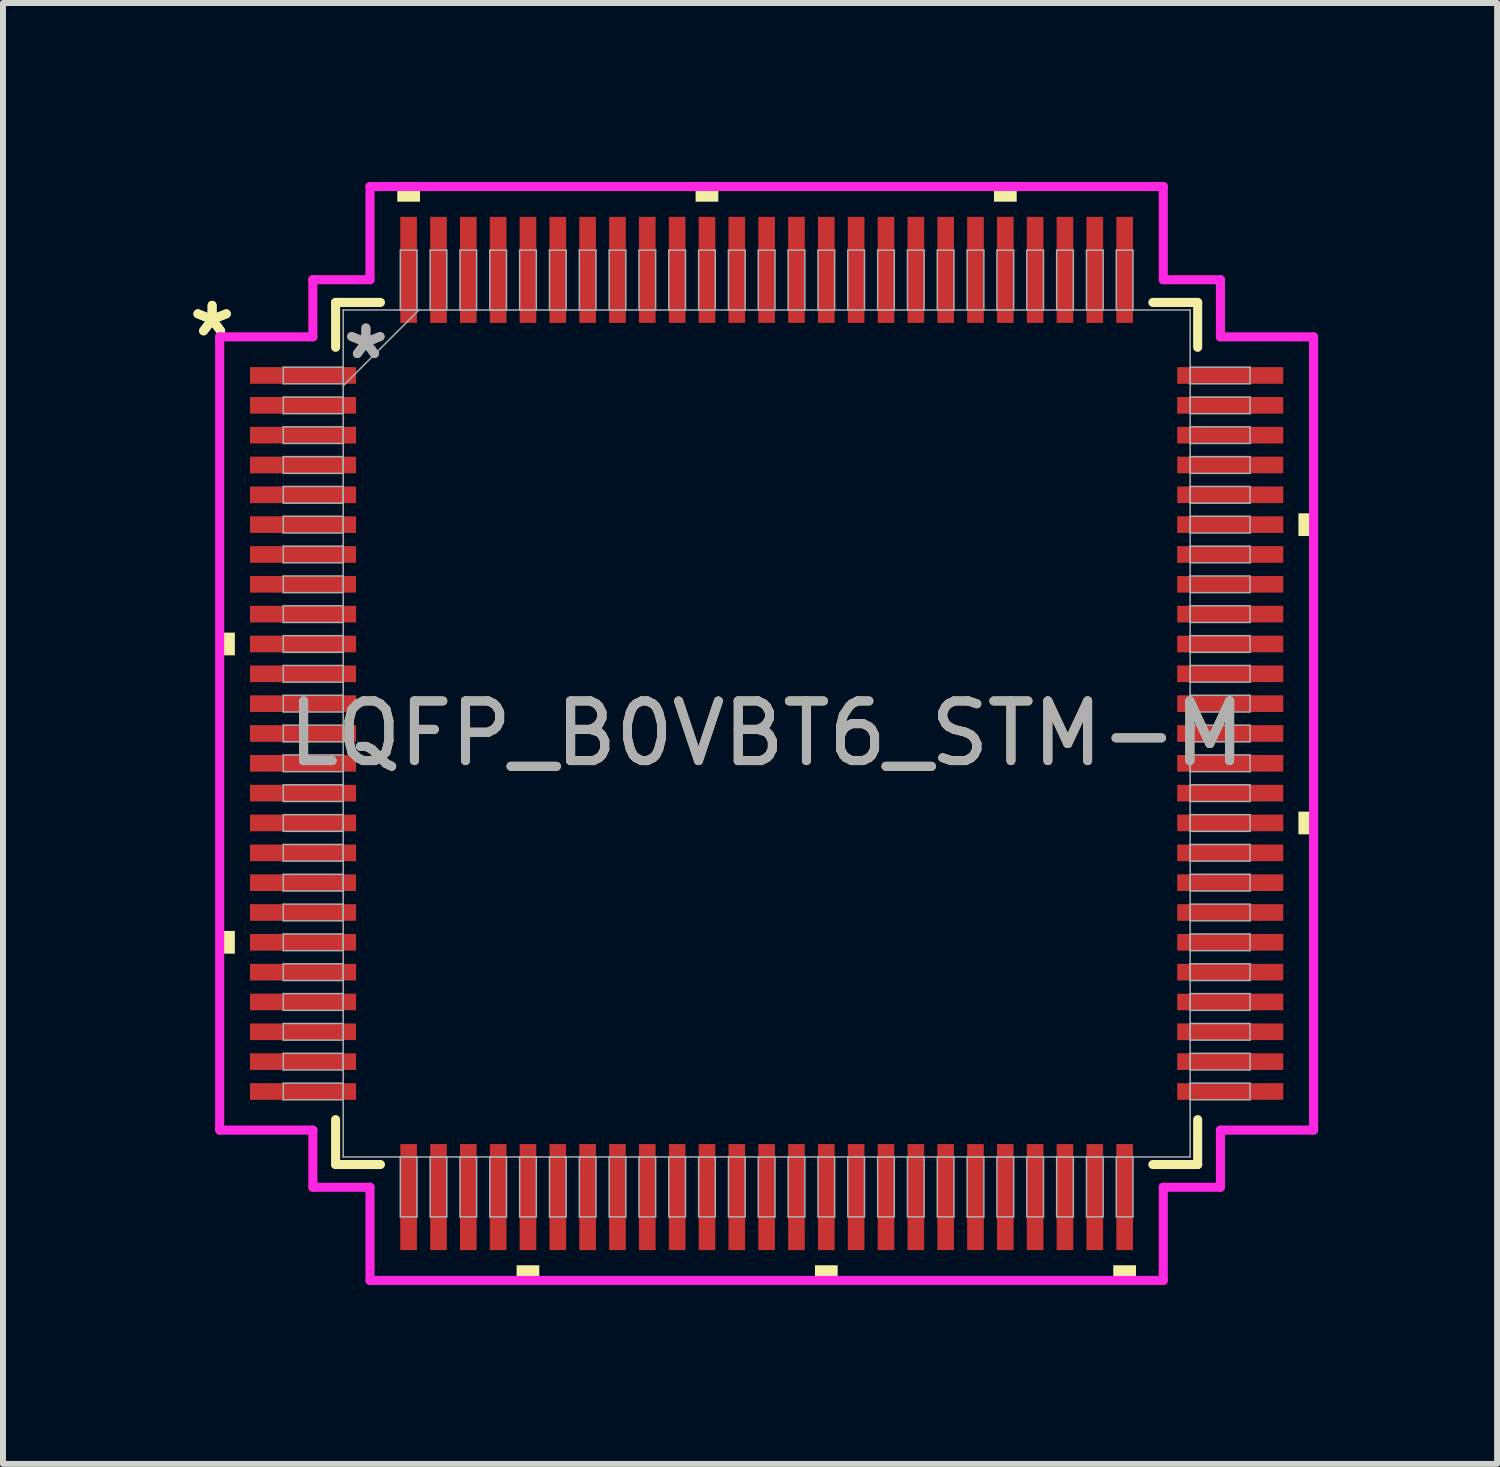
<source format=kicad_pcb>
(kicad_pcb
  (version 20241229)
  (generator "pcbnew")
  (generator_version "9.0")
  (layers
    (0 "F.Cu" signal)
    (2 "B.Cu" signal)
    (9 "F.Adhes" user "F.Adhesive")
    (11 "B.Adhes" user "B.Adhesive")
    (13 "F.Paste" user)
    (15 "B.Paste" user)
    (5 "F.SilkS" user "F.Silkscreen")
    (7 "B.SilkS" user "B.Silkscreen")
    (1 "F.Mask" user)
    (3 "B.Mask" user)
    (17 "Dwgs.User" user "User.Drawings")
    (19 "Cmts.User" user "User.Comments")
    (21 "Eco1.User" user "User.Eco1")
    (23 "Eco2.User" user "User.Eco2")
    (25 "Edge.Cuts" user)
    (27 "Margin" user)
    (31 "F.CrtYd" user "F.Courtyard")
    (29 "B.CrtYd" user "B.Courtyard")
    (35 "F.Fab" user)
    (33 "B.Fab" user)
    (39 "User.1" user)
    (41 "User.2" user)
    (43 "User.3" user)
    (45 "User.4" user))
  (footprint "LQFP_B0VBT6_STM-M"
    (layer "F.Cu")
    (at 9.802 9.246)
    (property "Reference" "LQFP_B0VBT6_STM-M" (at 0 0 0) (unlocked yes) (layer "F.SilkS") (effects (font (size 1 1) (thickness 0.15))))
    (attr smd)
    (fp_line (start -7.226 -7.226) (end -7.226 -6.474) (stroke (width 0.152) (type solid)) (layer "F.SilkS"))
    (fp_line (start -7.226 6.474) (end -7.226 7.226) (stroke (width 0.152) (type solid)) (layer "F.SilkS"))
    (fp_line (start -7.226 7.226) (end -6.474 7.226) (stroke (width 0.152) (type solid)) (layer "F.SilkS"))
    (fp_line (start -6.474 -7.226) (end -7.226 -7.226) (stroke (width 0.152) (type solid)) (layer "F.SilkS"))
    (fp_line (start 6.474 7.226) (end 7.226 7.226) (stroke (width 0.152) (type solid)) (layer "F.SilkS"))
    (fp_line (start 7.226 -7.226) (end 6.474 -7.226) (stroke (width 0.152) (type solid)) (layer "F.SilkS"))
    (fp_line (start 7.226 -6.474) (end 7.226 -7.226) (stroke (width 0.152) (type solid)) (layer "F.SilkS"))
    (fp_line (start 7.226 7.226) (end 7.226 6.474) (stroke (width 0.152) (type solid)) (layer "F.SilkS"))
    (fp_poly (pts (xy -9.169 -1.691) (xy -9.169 -1.31) (xy -8.915 -1.31) (xy -8.915 -1.691)) (stroke (width 0) (type solid)) (fill yes) (layer "F.SilkS"))
    (fp_poly (pts (xy -9.169 3.31) (xy -9.169 3.691) (xy -8.915 3.691) (xy -8.915 3.31)) (stroke (width 0) (type solid)) (fill yes) (layer "F.SilkS"))
    (fp_poly (pts (xy -6.192 -8.915) (xy -6.192 -9.169) (xy -5.811 -9.169) (xy -5.811 -8.915)) (stroke (width 0) (type solid)) (fill yes) (layer "F.SilkS"))
    (fp_poly (pts (xy -4.192 8.915) (xy -4.192 9.169) (xy -3.811 9.169) (xy -3.811 8.915)) (stroke (width 0) (type solid)) (fill yes) (layer "F.SilkS"))
    (fp_poly (pts (xy -1.191 -8.915) (xy -1.191 -9.169) (xy -0.81 -9.169) (xy -0.81 -8.915)) (stroke (width 0) (type solid)) (fill yes) (layer "F.SilkS"))
    (fp_poly (pts (xy 0.81 8.915) (xy 0.81 9.169) (xy 1.191 9.169) (xy 1.191 8.915)) (stroke (width 0) (type solid)) (fill yes) (layer "F.SilkS"))
    (fp_poly (pts (xy 3.811 -8.915) (xy 3.811 -9.169) (xy 4.192 -9.169) (xy 4.192 -8.915)) (stroke (width 0) (type solid)) (fill yes) (layer "F.SilkS"))
    (fp_poly (pts (xy 5.811 8.915) (xy 5.811 9.169) (xy 6.192 9.169) (xy 6.192 8.915)) (stroke (width 0) (type solid)) (fill yes) (layer "F.SilkS"))
    (fp_poly (pts (xy 9.169 -3.691) (xy 9.169 -3.31) (xy 8.915 -3.31) (xy 8.915 -3.691)) (stroke (width 0) (type solid)) (fill yes) (layer "F.SilkS"))
    (fp_poly (pts (xy 9.169 1.31) (xy 9.169 1.691) (xy 8.915 1.691) (xy 8.915 1.31)) (stroke (width 0) (type solid)) (fill yes) (layer "F.SilkS"))
    (fp_line (start -9.169 -6.649) (end -7.607 -6.649) (stroke (width 0.152) (type solid)) (layer "F.CrtYd"))
    (fp_line (start -9.169 6.649) (end -9.169 -6.649) (stroke (width 0.152) (type solid)) (layer "F.CrtYd"))
    (fp_line (start -7.607 -7.607) (end -6.649 -7.607) (stroke (width 0.152) (type solid)) (layer "F.CrtYd"))
    (fp_line (start -7.607 -6.649) (end -7.607 -7.607) (stroke (width 0.152) (type solid)) (layer "F.CrtYd"))
    (fp_line (start -7.607 6.649) (end -9.169 6.649) (stroke (width 0.152) (type solid)) (layer "F.CrtYd"))
    (fp_line (start -7.607 7.607) (end -7.607 6.649) (stroke (width 0.152) (type solid)) (layer "F.CrtYd"))
    (fp_line (start -7.607 7.607) (end -6.649 7.607) (stroke (width 0.152) (type solid)) (layer "F.CrtYd"))
    (fp_line (start -6.649 -9.169) (end 6.649 -9.169) (stroke (width 0.152) (type solid)) (layer "F.CrtYd"))
    (fp_line (start -6.649 -7.607) (end -6.649 -9.169) (stroke (width 0.152) (type solid)) (layer "F.CrtYd"))
    (fp_line (start -6.649 7.607) (end -6.649 9.169) (stroke (width 0.152) (type solid)) (layer "F.CrtYd"))
    (fp_line (start -6.649 9.169) (end 6.649 9.169) (stroke (width 0.152) (type solid)) (layer "F.CrtYd"))
    (fp_line (start 6.649 -9.169) (end 6.649 -7.607) (stroke (width 0.152) (type solid)) (layer "F.CrtYd"))
    (fp_line (start 6.649 -7.607) (end 7.607 -7.607) (stroke (width 0.152) (type solid)) (layer "F.CrtYd"))
    (fp_line (start 6.649 7.607) (end 7.607 7.607) (stroke (width 0.152) (type solid)) (layer "F.CrtYd"))
    (fp_line (start 6.649 9.169) (end 6.649 7.607) (stroke (width 0.152) (type solid)) (layer "F.CrtYd"))
    (fp_line (start 7.607 -6.649) (end 7.607 -7.607) (stroke (width 0.152) (type solid)) (layer "F.CrtYd"))
    (fp_line (start 7.607 6.649) (end 9.169 6.649) (stroke (width 0.152) (type solid)) (layer "F.CrtYd"))
    (fp_line (start 7.607 7.607) (end 7.607 6.649) (stroke (width 0.152) (type solid)) (layer "F.CrtYd"))
    (fp_line (start 9.169 -6.649) (end 7.607 -6.649) (stroke (width 0.152) (type solid)) (layer "F.CrtYd"))
    (fp_line (start 9.169 6.649) (end 9.169 -6.649) (stroke (width 0.152) (type solid)) (layer "F.CrtYd"))
    (fp_line (start -8.103 -6.141) (end -8.103 -5.862) (stroke (width 0.025) (type solid)) (layer "F.Fab"))
    (fp_line (start -8.103 -5.862) (end -7.099 -5.862) (stroke (width 0.025) (type solid)) (layer "F.Fab"))
    (fp_line (start -8.103 -5.641) (end -8.103 -5.362) (stroke (width 0.025) (type solid)) (layer "F.Fab"))
    (fp_line (start -8.103 -5.362) (end -7.099 -5.362) (stroke (width 0.025) (type solid)) (layer "F.Fab"))
    (fp_line (start -8.103 -5.141) (end -8.103 -4.862) (stroke (width 0.025) (type solid)) (layer "F.Fab"))
    (fp_line (start -8.103 -4.862) (end -7.099 -4.862) (stroke (width 0.025) (type solid)) (layer "F.Fab"))
    (fp_line (start -8.103 -4.641) (end -8.103 -4.361) (stroke (width 0.025) (type solid)) (layer "F.Fab"))
    (fp_line (start -8.103 -4.361) (end -7.099 -4.361) (stroke (width 0.025) (type solid)) (layer "F.Fab"))
    (fp_line (start -8.103 -4.141) (end -8.103 -3.861) (stroke (width 0.025) (type solid)) (layer "F.Fab"))
    (fp_line (start -8.103 -3.861) (end -7.099 -3.861) (stroke (width 0.025) (type solid)) (layer "F.Fab"))
    (fp_line (start -8.103 -3.641) (end -8.103 -3.361) (stroke (width 0.025) (type solid)) (layer "F.Fab"))
    (fp_line (start -8.103 -3.361) (end -7.099 -3.361) (stroke (width 0.025) (type solid)) (layer "F.Fab"))
    (fp_line (start -8.103 -3.14) (end -8.103 -2.861) (stroke (width 0.025) (type solid)) (layer "F.Fab"))
    (fp_line (start -8.103 -2.861) (end -7.099 -2.861) (stroke (width 0.025) (type solid)) (layer "F.Fab"))
    (fp_line (start -8.103 -2.64) (end -8.103 -2.361) (stroke (width 0.025) (type solid)) (layer "F.Fab"))
    (fp_line (start -8.103 -2.361) (end -7.099 -2.361) (stroke (width 0.025) (type solid)) (layer "F.Fab"))
    (fp_line (start -8.103 -2.14) (end -8.103 -1.861) (stroke (width 0.025) (type solid)) (layer "F.Fab"))
    (fp_line (start -8.103 -1.861) (end -7.099 -1.861) (stroke (width 0.025) (type solid)) (layer "F.Fab"))
    (fp_line (start -8.103 -1.64) (end -8.103 -1.361) (stroke (width 0.025) (type solid)) (layer "F.Fab"))
    (fp_line (start -8.103 -1.361) (end -7.099 -1.361) (stroke (width 0.025) (type solid)) (layer "F.Fab"))
    (fp_line (start -8.103 -1.14) (end -8.103 -0.861) (stroke (width 0.025) (type solid)) (layer "F.Fab"))
    (fp_line (start -8.103 -0.861) (end -7.099 -0.861) (stroke (width 0.025) (type solid)) (layer "F.Fab"))
    (fp_line (start -8.103 -0.64) (end -8.103 -0.36) (stroke (width 0.025) (type solid)) (layer "F.Fab"))
    (fp_line (start -8.103 -0.36) (end -7.099 -0.36) (stroke (width 0.025) (type solid)) (layer "F.Fab"))
    (fp_line (start -8.103 -0.14) (end -8.103 0.14) (stroke (width 0.025) (type solid)) (layer "F.Fab"))
    (fp_line (start -8.103 0.14) (end -7.099 0.14) (stroke (width 0.025) (type solid)) (layer "F.Fab"))
    (fp_line (start -8.103 0.36) (end -8.103 0.64) (stroke (width 0.025) (type solid)) (layer "F.Fab"))
    (fp_line (start -8.103 0.64) (end -7.099 0.64) (stroke (width 0.025) (type solid)) (layer "F.Fab"))
    (fp_line (start -8.103 0.861) (end -8.103 1.14) (stroke (width 0.025) (type solid)) (layer "F.Fab"))
    (fp_line (start -8.103 1.14) (end -7.099 1.14) (stroke (width 0.025) (type solid)) (layer "F.Fab"))
    (fp_line (start -8.103 1.361) (end -8.103 1.64) (stroke (width 0.025) (type solid)) (layer "F.Fab"))
    (fp_line (start -8.103 1.64) (end -7.099 1.64) (stroke (width 0.025) (type solid)) (layer "F.Fab"))
    (fp_line (start -8.103 1.861) (end -8.103 2.14) (stroke (width 0.025) (type solid)) (layer "F.Fab"))
    (fp_line (start -8.103 2.14) (end -7.099 2.14) (stroke (width 0.025) (type solid)) (layer "F.Fab"))
    (fp_line (start -8.103 2.361) (end -8.103 2.64) (stroke (width 0.025) (type solid)) (layer "F.Fab"))
    (fp_line (start -8.103 2.64) (end -7.099 2.64) (stroke (width 0.025) (type solid)) (layer "F.Fab"))
    (fp_line (start -8.103 2.861) (end -8.103 3.14) (stroke (width 0.025) (type solid)) (layer "F.Fab"))
    (fp_line (start -8.103 3.14) (end -7.099 3.14) (stroke (width 0.025) (type solid)) (layer "F.Fab"))
    (fp_line (start -8.103 3.361) (end -8.103 3.641) (stroke (width 0.025) (type solid)) (layer "F.Fab"))
    (fp_line (start -8.103 3.641) (end -7.099 3.641) (stroke (width 0.025) (type solid)) (layer "F.Fab"))
    (fp_line (start -8.103 3.861) (end -8.103 4.141) (stroke (width 0.025) (type solid)) (layer "F.Fab"))
    (fp_line (start -8.103 4.141) (end -7.099 4.141) (stroke (width 0.025) (type solid)) (layer "F.Fab"))
    (fp_line (start -8.103 4.361) (end -8.103 4.641) (stroke (width 0.025) (type solid)) (layer "F.Fab"))
    (fp_line (start -8.103 4.641) (end -7.099 4.641) (stroke (width 0.025) (type solid)) (layer "F.Fab"))
    (fp_line (start -8.103 4.862) (end -8.103 5.141) (stroke (width 0.025) (type solid)) (layer "F.Fab"))
    (fp_line (start -8.103 5.141) (end -7.099 5.141) (stroke (width 0.025) (type solid)) (layer "F.Fab"))
    (fp_line (start -8.103 5.362) (end -8.103 5.641) (stroke (width 0.025) (type solid)) (layer "F.Fab"))
    (fp_line (start -8.103 5.641) (end -7.099 5.641) (stroke (width 0.025) (type solid)) (layer "F.Fab"))
    (fp_line (start -8.103 5.862) (end -8.103 6.141) (stroke (width 0.025) (type solid)) (layer "F.Fab"))
    (fp_line (start -8.103 6.141) (end -7.099 6.141) (stroke (width 0.025) (type solid)) (layer "F.Fab"))
    (fp_line (start -7.099 -7.099) (end -7.099 7.099) (stroke (width 0.025) (type solid)) (layer "F.Fab"))
    (fp_line (start -7.099 -6.141) (end -8.103 -6.141) (stroke (width 0.025) (type solid)) (layer "F.Fab"))
    (fp_line (start -7.099 -5.862) (end -7.099 -6.141) (stroke (width 0.025) (type solid)) (layer "F.Fab"))
    (fp_line (start -7.099 -5.829) (end -5.829 -7.099) (stroke (width 0.025) (type solid)) (layer "F.Fab"))
    (fp_line (start -7.099 -5.641) (end -8.103 -5.641) (stroke (width 0.025) (type solid)) (layer "F.Fab"))
    (fp_line (start -7.099 -5.362) (end -7.099 -5.641) (stroke (width 0.025) (type solid)) (layer "F.Fab"))
    (fp_line (start -7.099 -5.141) (end -8.103 -5.141) (stroke (width 0.025) (type solid)) (layer "F.Fab"))
    (fp_line (start -7.099 -4.862) (end -7.099 -5.141) (stroke (width 0.025) (type solid)) (layer "F.Fab"))
    (fp_line (start -7.099 -4.641) (end -8.103 -4.641) (stroke (width 0.025) (type solid)) (layer "F.Fab"))
    (fp_line (start -7.099 -4.361) (end -7.099 -4.641) (stroke (width 0.025) (type solid)) (layer "F.Fab"))
    (fp_line (start -7.099 -4.141) (end -8.103 -4.141) (stroke (width 0.025) (type solid)) (layer "F.Fab"))
    (fp_line (start -7.099 -3.861) (end -7.099 -4.141) (stroke (width 0.025) (type solid)) (layer "F.Fab"))
    (fp_line (start -7.099 -3.641) (end -8.103 -3.641) (stroke (width 0.025) (type solid)) (layer "F.Fab"))
    (fp_line (start -7.099 -3.361) (end -7.099 -3.641) (stroke (width 0.025) (type solid)) (layer "F.Fab"))
    (fp_line (start -7.099 -3.14) (end -8.103 -3.14) (stroke (width 0.025) (type solid)) (layer "F.Fab"))
    (fp_line (start -7.099 -2.861) (end -7.099 -3.14) (stroke (width 0.025) (type solid)) (layer "F.Fab"))
    (fp_line (start -7.099 -2.64) (end -8.103 -2.64) (stroke (width 0.025) (type solid)) (layer "F.Fab"))
    (fp_line (start -7.099 -2.361) (end -7.099 -2.64) (stroke (width 0.025) (type solid)) (layer "F.Fab"))
    (fp_line (start -7.099 -2.14) (end -8.103 -2.14) (stroke (width 0.025) (type solid)) (layer "F.Fab"))
    (fp_line (start -7.099 -1.861) (end -7.099 -2.14) (stroke (width 0.025) (type solid)) (layer "F.Fab"))
    (fp_line (start -7.099 -1.64) (end -8.103 -1.64) (stroke (width 0.025) (type solid)) (layer "F.Fab"))
    (fp_line (start -7.099 -1.361) (end -7.099 -1.64) (stroke (width 0.025) (type solid)) (layer "F.Fab"))
    (fp_line (start -7.099 -1.14) (end -8.103 -1.14) (stroke (width 0.025) (type solid)) (layer "F.Fab"))
    (fp_line (start -7.099 -0.861) (end -7.099 -1.14) (stroke (width 0.025) (type solid)) (layer "F.Fab"))
    (fp_line (start -7.099 -0.64) (end -8.103 -0.64) (stroke (width 0.025) (type solid)) (layer "F.Fab"))
    (fp_line (start -7.099 -0.36) (end -7.099 -0.64) (stroke (width 0.025) (type solid)) (layer "F.Fab"))
    (fp_line (start -7.099 -0.14) (end -8.103 -0.14) (stroke (width 0.025) (type solid)) (layer "F.Fab"))
    (fp_line (start -7.099 0.14) (end -7.099 -0.14) (stroke (width 0.025) (type solid)) (layer "F.Fab"))
    (fp_line (start -7.099 0.36) (end -8.103 0.36) (stroke (width 0.025) (type solid)) (layer "F.Fab"))
    (fp_line (start -7.099 0.64) (end -7.099 0.36) (stroke (width 0.025) (type solid)) (layer "F.Fab"))
    (fp_line (start -7.099 0.861) (end -8.103 0.861) (stroke (width 0.025) (type solid)) (layer "F.Fab"))
    (fp_line (start -7.099 1.14) (end -7.099 0.861) (stroke (width 0.025) (type solid)) (layer "F.Fab"))
    (fp_line (start -7.099 1.361) (end -8.103 1.361) (stroke (width 0.025) (type solid)) (layer "F.Fab"))
    (fp_line (start -7.099 1.64) (end -7.099 1.361) (stroke (width 0.025) (type solid)) (layer "F.Fab"))
    (fp_line (start -7.099 1.861) (end -8.103 1.861) (stroke (width 0.025) (type solid)) (layer "F.Fab"))
    (fp_line (start -7.099 2.14) (end -7.099 1.861) (stroke (width 0.025) (type solid)) (layer "F.Fab"))
    (fp_line (start -7.099 2.361) (end -8.103 2.361) (stroke (width 0.025) (type solid)) (layer "F.Fab"))
    (fp_line (start -7.099 2.64) (end -7.099 2.361) (stroke (width 0.025) (type solid)) (layer "F.Fab"))
    (fp_line (start -7.099 2.861) (end -8.103 2.861) (stroke (width 0.025) (type solid)) (layer "F.Fab"))
    (fp_line (start -7.099 3.14) (end -7.099 2.861) (stroke (width 0.025) (type solid)) (layer "F.Fab"))
    (fp_line (start -7.099 3.361) (end -8.103 3.361) (stroke (width 0.025) (type solid)) (layer "F.Fab"))
    (fp_line (start -7.099 3.641) (end -7.099 3.361) (stroke (width 0.025) (type solid)) (layer "F.Fab"))
    (fp_line (start -7.099 3.861) (end -8.103 3.861) (stroke (width 0.025) (type solid)) (layer "F.Fab"))
    (fp_line (start -7.099 4.141) (end -7.099 3.861) (stroke (width 0.025) (type solid)) (layer "F.Fab"))
    (fp_line (start -7.099 4.361) (end -8.103 4.361) (stroke (width 0.025) (type solid)) (layer "F.Fab"))
    (fp_line (start -7.099 4.641) (end -7.099 4.361) (stroke (width 0.025) (type solid)) (layer "F.Fab"))
    (fp_line (start -7.099 4.862) (end -8.103 4.862) (stroke (width 0.025) (type solid)) (layer "F.Fab"))
    (fp_line (start -7.099 5.141) (end -7.099 4.862) (stroke (width 0.025) (type solid)) (layer "F.Fab"))
    (fp_line (start -7.099 5.362) (end -8.103 5.362) (stroke (width 0.025) (type solid)) (layer "F.Fab"))
    (fp_line (start -7.099 5.641) (end -7.099 5.362) (stroke (width 0.025) (type solid)) (layer "F.Fab"))
    (fp_line (start -7.099 5.862) (end -8.103 5.862) (stroke (width 0.025) (type solid)) (layer "F.Fab"))
    (fp_line (start -7.099 6.141) (end -7.099 5.862) (stroke (width 0.025) (type solid)) (layer "F.Fab"))
    (fp_line (start -7.099 7.099) (end 7.099 7.099) (stroke (width 0.025) (type solid)) (layer "F.Fab"))
    (fp_line (start -6.141 -8.103) (end -6.141 -7.099) (stroke (width 0.025) (type solid)) (layer "F.Fab"))
    (fp_line (start -6.141 -7.099) (end -5.862 -7.099) (stroke (width 0.025) (type solid)) (layer "F.Fab"))
    (fp_line (start -6.141 7.099) (end -6.141 8.103) (stroke (width 0.025) (type solid)) (layer "F.Fab"))
    (fp_line (start -6.141 8.103) (end -5.862 8.103) (stroke (width 0.025) (type solid)) (layer "F.Fab"))
    (fp_line (start -5.862 -8.103) (end -6.141 -8.103) (stroke (width 0.025) (type solid)) (layer "F.Fab"))
    (fp_line (start -5.862 -7.099) (end -5.862 -8.103) (stroke (width 0.025) (type solid)) (layer "F.Fab"))
    (fp_line (start -5.862 7.099) (end -6.141 7.099) (stroke (width 0.025) (type solid)) (layer "F.Fab"))
    (fp_line (start -5.862 8.103) (end -5.862 7.099) (stroke (width 0.025) (type solid)) (layer "F.Fab"))
    (fp_line (start -5.641 -8.103) (end -5.641 -7.099) (stroke (width 0.025) (type solid)) (layer "F.Fab"))
    (fp_line (start -5.641 -7.099) (end -5.362 -7.099) (stroke (width 0.025) (type solid)) (layer "F.Fab"))
    (fp_line (start -5.641 7.099) (end -5.641 8.103) (stroke (width 0.025) (type solid)) (layer "F.Fab"))
    (fp_line (start -5.641 8.103) (end -5.362 8.103) (stroke (width 0.025) (type solid)) (layer "F.Fab"))
    (fp_line (start -5.362 -8.103) (end -5.641 -8.103) (stroke (width 0.025) (type solid)) (layer "F.Fab"))
    (fp_line (start -5.362 -7.099) (end -5.362 -8.103) (stroke (width 0.025) (type solid)) (layer "F.Fab"))
    (fp_line (start -5.362 7.099) (end -5.641 7.099) (stroke (width 0.025) (type solid)) (layer "F.Fab"))
    (fp_line (start -5.362 8.103) (end -5.362 7.099) (stroke (width 0.025) (type solid)) (layer "F.Fab"))
    (fp_line (start -5.141 -8.103) (end -5.141 -7.099) (stroke (width 0.025) (type solid)) (layer "F.Fab"))
    (fp_line (start -5.141 -7.099) (end -4.862 -7.099) (stroke (width 0.025) (type solid)) (layer "F.Fab"))
    (fp_line (start -5.141 7.099) (end -5.141 8.103) (stroke (width 0.025) (type solid)) (layer "F.Fab"))
    (fp_line (start -5.141 8.103) (end -4.862 8.103) (stroke (width 0.025) (type solid)) (layer "F.Fab"))
    (fp_line (start -4.862 -8.103) (end -5.141 -8.103) (stroke (width 0.025) (type solid)) (layer "F.Fab"))
    (fp_line (start -4.862 -7.099) (end -4.862 -8.103) (stroke (width 0.025) (type solid)) (layer "F.Fab"))
    (fp_line (start -4.862 7.099) (end -5.141 7.099) (stroke (width 0.025) (type solid)) (layer "F.Fab"))
    (fp_line (start -4.862 8.103) (end -4.862 7.099) (stroke (width 0.025) (type solid)) (layer "F.Fab"))
    (fp_line (start -4.641 -8.103) (end -4.641 -7.099) (stroke (width 0.025) (type solid)) (layer "F.Fab"))
    (fp_line (start -4.641 -7.099) (end -4.361 -7.099) (stroke (width 0.025) (type solid)) (layer "F.Fab"))
    (fp_line (start -4.641 7.099) (end -4.641 8.103) (stroke (width 0.025) (type solid)) (layer "F.Fab"))
    (fp_line (start -4.641 8.103) (end -4.361 8.103) (stroke (width 0.025) (type solid)) (layer "F.Fab"))
    (fp_line (start -4.361 -8.103) (end -4.641 -8.103) (stroke (width 0.025) (type solid)) (layer "F.Fab"))
    (fp_line (start -4.361 -7.099) (end -4.361 -8.103) (stroke (width 0.025) (type solid)) (layer "F.Fab"))
    (fp_line (start -4.361 7.099) (end -4.641 7.099) (stroke (width 0.025) (type solid)) (layer "F.Fab"))
    (fp_line (start -4.361 8.103) (end -4.361 7.099) (stroke (width 0.025) (type solid)) (layer "F.Fab"))
    (fp_line (start -4.141 -8.103) (end -4.141 -7.099) (stroke (width 0.025) (type solid)) (layer "F.Fab"))
    (fp_line (start -4.141 -7.099) (end -3.861 -7.099) (stroke (width 0.025) (type solid)) (layer "F.Fab"))
    (fp_line (start -4.141 7.099) (end -4.141 8.103) (stroke (width 0.025) (type solid)) (layer "F.Fab"))
    (fp_line (start -4.141 8.103) (end -3.861 8.103) (stroke (width 0.025) (type solid)) (layer "F.Fab"))
    (fp_line (start -3.861 -8.103) (end -4.141 -8.103) (stroke (width 0.025) (type solid)) (layer "F.Fab"))
    (fp_line (start -3.861 -7.099) (end -3.861 -8.103) (stroke (width 0.025) (type solid)) (layer "F.Fab"))
    (fp_line (start -3.861 7.099) (end -4.141 7.099) (stroke (width 0.025) (type solid)) (layer "F.Fab"))
    (fp_line (start -3.861 8.103) (end -3.861 7.099) (stroke (width 0.025) (type solid)) (layer "F.Fab"))
    (fp_line (start -3.641 -8.103) (end -3.641 -7.099) (stroke (width 0.025) (type solid)) (layer "F.Fab"))
    (fp_line (start -3.641 -7.099) (end -3.361 -7.099) (stroke (width 0.025) (type solid)) (layer "F.Fab"))
    (fp_line (start -3.641 7.099) (end -3.641 8.103) (stroke (width 0.025) (type solid)) (layer "F.Fab"))
    (fp_line (start -3.641 8.103) (end -3.361 8.103) (stroke (width 0.025) (type solid)) (layer "F.Fab"))
    (fp_line (start -3.361 -8.103) (end -3.641 -8.103) (stroke (width 0.025) (type solid)) (layer "F.Fab"))
    (fp_line (start -3.361 -7.099) (end -3.361 -8.103) (stroke (width 0.025) (type solid)) (layer "F.Fab"))
    (fp_line (start -3.361 7.099) (end -3.641 7.099) (stroke (width 0.025) (type solid)) (layer "F.Fab"))
    (fp_line (start -3.361 8.103) (end -3.361 7.099) (stroke (width 0.025) (type solid)) (layer "F.Fab"))
    (fp_line (start -3.14 -8.103) (end -3.14 -7.099) (stroke (width 0.025) (type solid)) (layer "F.Fab"))
    (fp_line (start -3.14 -7.099) (end -2.861 -7.099) (stroke (width 0.025) (type solid)) (layer "F.Fab"))
    (fp_line (start -3.14 7.099) (end -3.14 8.103) (stroke (width 0.025) (type solid)) (layer "F.Fab"))
    (fp_line (start -3.14 8.103) (end -2.861 8.103) (stroke (width 0.025) (type solid)) (layer "F.Fab"))
    (fp_line (start -2.861 -8.103) (end -3.14 -8.103) (stroke (width 0.025) (type solid)) (layer "F.Fab"))
    (fp_line (start -2.861 -7.099) (end -2.861 -8.103) (stroke (width 0.025) (type solid)) (layer "F.Fab"))
    (fp_line (start -2.861 7.099) (end -3.14 7.099) (stroke (width 0.025) (type solid)) (layer "F.Fab"))
    (fp_line (start -2.861 8.103) (end -2.861 7.099) (stroke (width 0.025) (type solid)) (layer "F.Fab"))
    (fp_line (start -2.64 -8.103) (end -2.64 -7.099) (stroke (width 0.025) (type solid)) (layer "F.Fab"))
    (fp_line (start -2.64 -7.099) (end -2.361 -7.099) (stroke (width 0.025) (type solid)) (layer "F.Fab"))
    (fp_line (start -2.64 7.099) (end -2.64 8.103) (stroke (width 0.025) (type solid)) (layer "F.Fab"))
    (fp_line (start -2.64 8.103) (end -2.361 8.103) (stroke (width 0.025) (type solid)) (layer "F.Fab"))
    (fp_line (start -2.361 -8.103) (end -2.64 -8.103) (stroke (width 0.025) (type solid)) (layer "F.Fab"))
    (fp_line (start -2.361 -7.099) (end -2.361 -8.103) (stroke (width 0.025) (type solid)) (layer "F.Fab"))
    (fp_line (start -2.361 7.099) (end -2.64 7.099) (stroke (width 0.025) (type solid)) (layer "F.Fab"))
    (fp_line (start -2.361 8.103) (end -2.361 7.099) (stroke (width 0.025) (type solid)) (layer "F.Fab"))
    (fp_line (start -2.14 -8.103) (end -2.14 -7.099) (stroke (width 0.025) (type solid)) (layer "F.Fab"))
    (fp_line (start -2.14 -7.099) (end -1.861 -7.099) (stroke (width 0.025) (type solid)) (layer "F.Fab"))
    (fp_line (start -2.14 7.099) (end -2.14 8.103) (stroke (width 0.025) (type solid)) (layer "F.Fab"))
    (fp_line (start -2.14 8.103) (end -1.861 8.103) (stroke (width 0.025) (type solid)) (layer "F.Fab"))
    (fp_line (start -1.861 -8.103) (end -2.14 -8.103) (stroke (width 0.025) (type solid)) (layer "F.Fab"))
    (fp_line (start -1.861 -7.099) (end -1.861 -8.103) (stroke (width 0.025) (type solid)) (layer "F.Fab"))
    (fp_line (start -1.861 7.099) (end -2.14 7.099) (stroke (width 0.025) (type solid)) (layer "F.Fab"))
    (fp_line (start -1.861 8.103) (end -1.861 7.099) (stroke (width 0.025) (type solid)) (layer "F.Fab"))
    (fp_line (start -1.64 -8.103) (end -1.64 -7.099) (stroke (width 0.025) (type solid)) (layer "F.Fab"))
    (fp_line (start -1.64 -7.099) (end -1.361 -7.099) (stroke (width 0.025) (type solid)) (layer "F.Fab"))
    (fp_line (start -1.64 7.099) (end -1.64 8.103) (stroke (width 0.025) (type solid)) (layer "F.Fab"))
    (fp_line (start -1.64 8.103) (end -1.361 8.103) (stroke (width 0.025) (type solid)) (layer "F.Fab"))
    (fp_line (start -1.361 -8.103) (end -1.64 -8.103) (stroke (width 0.025) (type solid)) (layer "F.Fab"))
    (fp_line (start -1.361 -7.099) (end -1.361 -8.103) (stroke (width 0.025) (type solid)) (layer "F.Fab"))
    (fp_line (start -1.361 7.099) (end -1.64 7.099) (stroke (width 0.025) (type solid)) (layer "F.Fab"))
    (fp_line (start -1.361 8.103) (end -1.361 7.099) (stroke (width 0.025) (type solid)) (layer "F.Fab"))
    (fp_line (start -1.14 -8.103) (end -1.14 -7.099) (stroke (width 0.025) (type solid)) (layer "F.Fab"))
    (fp_line (start -1.14 -7.099) (end -0.861 -7.099) (stroke (width 0.025) (type solid)) (layer "F.Fab"))
    (fp_line (start -1.14 7.099) (end -1.14 8.103) (stroke (width 0.025) (type solid)) (layer "F.Fab"))
    (fp_line (start -1.14 8.103) (end -0.861 8.103) (stroke (width 0.025) (type solid)) (layer "F.Fab"))
    (fp_line (start -0.861 -8.103) (end -1.14 -8.103) (stroke (width 0.025) (type solid)) (layer "F.Fab"))
    (fp_line (start -0.861 -7.099) (end -0.861 -8.103) (stroke (width 0.025) (type solid)) (layer "F.Fab"))
    (fp_line (start -0.861 7.099) (end -1.14 7.099) (stroke (width 0.025) (type solid)) (layer "F.Fab"))
    (fp_line (start -0.861 8.103) (end -0.861 7.099) (stroke (width 0.025) (type solid)) (layer "F.Fab"))
    (fp_line (start -0.64 -8.103) (end -0.64 -7.099) (stroke (width 0.025) (type solid)) (layer "F.Fab"))
    (fp_line (start -0.64 -7.099) (end -0.36 -7.099) (stroke (width 0.025) (type solid)) (layer "F.Fab"))
    (fp_line (start -0.64 7.099) (end -0.64 8.103) (stroke (width 0.025) (type solid)) (layer "F.Fab"))
    (fp_line (start -0.64 8.103) (end -0.36 8.103) (stroke (width 0.025) (type solid)) (layer "F.Fab"))
    (fp_line (start -0.36 -8.103) (end -0.64 -8.103) (stroke (width 0.025) (type solid)) (layer "F.Fab"))
    (fp_line (start -0.36 -7.099) (end -0.36 -8.103) (stroke (width 0.025) (type solid)) (layer "F.Fab"))
    (fp_line (start -0.36 7.099) (end -0.64 7.099) (stroke (width 0.025) (type solid)) (layer "F.Fab"))
    (fp_line (start -0.36 8.103) (end -0.36 7.099) (stroke (width 0.025) (type solid)) (layer "F.Fab"))
    (fp_line (start -0.14 -8.103) (end -0.14 -7.099) (stroke (width 0.025) (type solid)) (layer "F.Fab"))
    (fp_line (start -0.14 -7.099) (end 0.14 -7.099) (stroke (width 0.025) (type solid)) (layer "F.Fab"))
    (fp_line (start -0.14 7.099) (end -0.14 8.103) (stroke (width 0.025) (type solid)) (layer "F.Fab"))
    (fp_line (start -0.14 8.103) (end 0.14 8.103) (stroke (width 0.025) (type solid)) (layer "F.Fab"))
    (fp_line (start 0.14 -8.103) (end -0.14 -8.103) (stroke (width 0.025) (type solid)) (layer "F.Fab"))
    (fp_line (start 0.14 -7.099) (end 0.14 -8.103) (stroke (width 0.025) (type solid)) (layer "F.Fab"))
    (fp_line (start 0.14 7.099) (end -0.14 7.099) (stroke (width 0.025) (type solid)) (layer "F.Fab"))
    (fp_line (start 0.14 8.103) (end 0.14 7.099) (stroke (width 0.025) (type solid)) (layer "F.Fab"))
    (fp_line (start 0.36 -8.103) (end 0.36 -7.099) (stroke (width 0.025) (type solid)) (layer "F.Fab"))
    (fp_line (start 0.36 -7.099) (end 0.64 -7.099) (stroke (width 0.025) (type solid)) (layer "F.Fab"))
    (fp_line (start 0.36 7.099) (end 0.36 8.103) (stroke (width 0.025) (type solid)) (layer "F.Fab"))
    (fp_line (start 0.36 8.103) (end 0.64 8.103) (stroke (width 0.025) (type solid)) (layer "F.Fab"))
    (fp_line (start 0.64 -8.103) (end 0.36 -8.103) (stroke (width 0.025) (type solid)) (layer "F.Fab"))
    (fp_line (start 0.64 -7.099) (end 0.64 -8.103) (stroke (width 0.025) (type solid)) (layer "F.Fab"))
    (fp_line (start 0.64 7.099) (end 0.36 7.099) (stroke (width 0.025) (type solid)) (layer "F.Fab"))
    (fp_line (start 0.64 8.103) (end 0.64 7.099) (stroke (width 0.025) (type solid)) (layer "F.Fab"))
    (fp_line (start 0.861 -8.103) (end 0.861 -7.099) (stroke (width 0.025) (type solid)) (layer "F.Fab"))
    (fp_line (start 0.861 -7.099) (end 1.14 -7.099) (stroke (width 0.025) (type solid)) (layer "F.Fab"))
    (fp_line (start 0.861 7.099) (end 0.861 8.103) (stroke (width 0.025) (type solid)) (layer "F.Fab"))
    (fp_line (start 0.861 8.103) (end 1.14 8.103) (stroke (width 0.025) (type solid)) (layer "F.Fab"))
    (fp_line (start 1.14 -8.103) (end 0.861 -8.103) (stroke (width 0.025) (type solid)) (layer "F.Fab"))
    (fp_line (start 1.14 -7.099) (end 1.14 -8.103) (stroke (width 0.025) (type solid)) (layer "F.Fab"))
    (fp_line (start 1.14 7.099) (end 0.861 7.099) (stroke (width 0.025) (type solid)) (layer "F.Fab"))
    (fp_line (start 1.14 8.103) (end 1.14 7.099) (stroke (width 0.025) (type solid)) (layer "F.Fab"))
    (fp_line (start 1.361 -8.103) (end 1.361 -7.099) (stroke (width 0.025) (type solid)) (layer "F.Fab"))
    (fp_line (start 1.361 -7.099) (end 1.64 -7.099) (stroke (width 0.025) (type solid)) (layer "F.Fab"))
    (fp_line (start 1.361 7.099) (end 1.361 8.103) (stroke (width 0.025) (type solid)) (layer "F.Fab"))
    (fp_line (start 1.361 8.103) (end 1.64 8.103) (stroke (width 0.025) (type solid)) (layer "F.Fab"))
    (fp_line (start 1.64 -8.103) (end 1.361 -8.103) (stroke (width 0.025) (type solid)) (layer "F.Fab"))
    (fp_line (start 1.64 -7.099) (end 1.64 -8.103) (stroke (width 0.025) (type solid)) (layer "F.Fab"))
    (fp_line (start 1.64 7.099) (end 1.361 7.099) (stroke (width 0.025) (type solid)) (layer "F.Fab"))
    (fp_line (start 1.64 8.103) (end 1.64 7.099) (stroke (width 0.025) (type solid)) (layer "F.Fab"))
    (fp_line (start 1.861 -8.103) (end 1.861 -7.099) (stroke (width 0.025) (type solid)) (layer "F.Fab"))
    (fp_line (start 1.861 -7.099) (end 2.14 -7.099) (stroke (width 0.025) (type solid)) (layer "F.Fab"))
    (fp_line (start 1.861 7.099) (end 1.861 8.103) (stroke (width 0.025) (type solid)) (layer "F.Fab"))
    (fp_line (start 1.861 8.103) (end 2.14 8.103) (stroke (width 0.025) (type solid)) (layer "F.Fab"))
    (fp_line (start 2.14 -8.103) (end 1.861 -8.103) (stroke (width 0.025) (type solid)) (layer "F.Fab"))
    (fp_line (start 2.14 -7.099) (end 2.14 -8.103) (stroke (width 0.025) (type solid)) (layer "F.Fab"))
    (fp_line (start 2.14 7.099) (end 1.861 7.099) (stroke (width 0.025) (type solid)) (layer "F.Fab"))
    (fp_line (start 2.14 8.103) (end 2.14 7.099) (stroke (width 0.025) (type solid)) (layer "F.Fab"))
    (fp_line (start 2.361 -8.103) (end 2.361 -7.099) (stroke (width 0.025) (type solid)) (layer "F.Fab"))
    (fp_line (start 2.361 -7.099) (end 2.64 -7.099) (stroke (width 0.025) (type solid)) (layer "F.Fab"))
    (fp_line (start 2.361 7.099) (end 2.361 8.103) (stroke (width 0.025) (type solid)) (layer "F.Fab"))
    (fp_line (start 2.361 8.103) (end 2.64 8.103) (stroke (width 0.025) (type solid)) (layer "F.Fab"))
    (fp_line (start 2.64 -8.103) (end 2.361 -8.103) (stroke (width 0.025) (type solid)) (layer "F.Fab"))
    (fp_line (start 2.64 -7.099) (end 2.64 -8.103) (stroke (width 0.025) (type solid)) (layer "F.Fab"))
    (fp_line (start 2.64 7.099) (end 2.361 7.099) (stroke (width 0.025) (type solid)) (layer "F.Fab"))
    (fp_line (start 2.64 8.103) (end 2.64 7.099) (stroke (width 0.025) (type solid)) (layer "F.Fab"))
    (fp_line (start 2.861 -8.103) (end 2.861 -7.099) (stroke (width 0.025) (type solid)) (layer "F.Fab"))
    (fp_line (start 2.861 -7.099) (end 3.14 -7.099) (stroke (width 0.025) (type solid)) (layer "F.Fab"))
    (fp_line (start 2.861 7.099) (end 2.861 8.103) (stroke (width 0.025) (type solid)) (layer "F.Fab"))
    (fp_line (start 2.861 8.103) (end 3.14 8.103) (stroke (width 0.025) (type solid)) (layer "F.Fab"))
    (fp_line (start 3.14 -8.103) (end 2.861 -8.103) (stroke (width 0.025) (type solid)) (layer "F.Fab"))
    (fp_line (start 3.14 -7.099) (end 3.14 -8.103) (stroke (width 0.025) (type solid)) (layer "F.Fab"))
    (fp_line (start 3.14 7.099) (end 2.861 7.099) (stroke (width 0.025) (type solid)) (layer "F.Fab"))
    (fp_line (start 3.14 8.103) (end 3.14 7.099) (stroke (width 0.025) (type solid)) (layer "F.Fab"))
    (fp_line (start 3.361 -8.103) (end 3.361 -7.099) (stroke (width 0.025) (type solid)) (layer "F.Fab"))
    (fp_line (start 3.361 -7.099) (end 3.641 -7.099) (stroke (width 0.025) (type solid)) (layer "F.Fab"))
    (fp_line (start 3.361 7.099) (end 3.361 8.103) (stroke (width 0.025) (type solid)) (layer "F.Fab"))
    (fp_line (start 3.361 8.103) (end 3.641 8.103) (stroke (width 0.025) (type solid)) (layer "F.Fab"))
    (fp_line (start 3.641 -8.103) (end 3.361 -8.103) (stroke (width 0.025) (type solid)) (layer "F.Fab"))
    (fp_line (start 3.641 -7.099) (end 3.641 -8.103) (stroke (width 0.025) (type solid)) (layer "F.Fab"))
    (fp_line (start 3.641 7.099) (end 3.361 7.099) (stroke (width 0.025) (type solid)) (layer "F.Fab"))
    (fp_line (start 3.641 8.103) (end 3.641 7.099) (stroke (width 0.025) (type solid)) (layer "F.Fab"))
    (fp_line (start 3.861 -8.103) (end 3.861 -7.099) (stroke (width 0.025) (type solid)) (layer "F.Fab"))
    (fp_line (start 3.861 -7.099) (end 4.141 -7.099) (stroke (width 0.025) (type solid)) (layer "F.Fab"))
    (fp_line (start 3.861 7.099) (end 3.861 8.103) (stroke (width 0.025) (type solid)) (layer "F.Fab"))
    (fp_line (start 3.861 8.103) (end 4.141 8.103) (stroke (width 0.025) (type solid)) (layer "F.Fab"))
    (fp_line (start 4.141 -8.103) (end 3.861 -8.103) (stroke (width 0.025) (type solid)) (layer "F.Fab"))
    (fp_line (start 4.141 -7.099) (end 4.141 -8.103) (stroke (width 0.025) (type solid)) (layer "F.Fab"))
    (fp_line (start 4.141 7.099) (end 3.861 7.099) (stroke (width 0.025) (type solid)) (layer "F.Fab"))
    (fp_line (start 4.141 8.103) (end 4.141 7.099) (stroke (width 0.025) (type solid)) (layer "F.Fab"))
    (fp_line (start 4.361 -8.103) (end 4.361 -7.099) (stroke (width 0.025) (type solid)) (layer "F.Fab"))
    (fp_line (start 4.361 -7.099) (end 4.641 -7.099) (stroke (width 0.025) (type solid)) (layer "F.Fab"))
    (fp_line (start 4.361 7.099) (end 4.361 8.103) (stroke (width 0.025) (type solid)) (layer "F.Fab"))
    (fp_line (start 4.361 8.103) (end 4.641 8.103) (stroke (width 0.025) (type solid)) (layer "F.Fab"))
    (fp_line (start 4.641 -8.103) (end 4.361 -8.103) (stroke (width 0.025) (type solid)) (layer "F.Fab"))
    (fp_line (start 4.641 -7.099) (end 4.641 -8.103) (stroke (width 0.025) (type solid)) (layer "F.Fab"))
    (fp_line (start 4.641 7.099) (end 4.361 7.099) (stroke (width 0.025) (type solid)) (layer "F.Fab"))
    (fp_line (start 4.641 8.103) (end 4.641 7.099) (stroke (width 0.025) (type solid)) (layer "F.Fab"))
    (fp_line (start 4.862 -8.103) (end 4.862 -7.099) (stroke (width 0.025) (type solid)) (layer "F.Fab"))
    (fp_line (start 4.862 -7.099) (end 5.141 -7.099) (stroke (width 0.025) (type solid)) (layer "F.Fab"))
    (fp_line (start 4.862 7.099) (end 4.862 8.103) (stroke (width 0.025) (type solid)) (layer "F.Fab"))
    (fp_line (start 4.862 8.103) (end 5.141 8.103) (stroke (width 0.025) (type solid)) (layer "F.Fab"))
    (fp_line (start 5.141 -8.103) (end 4.862 -8.103) (stroke (width 0.025) (type solid)) (layer "F.Fab"))
    (fp_line (start 5.141 -7.099) (end 5.141 -8.103) (stroke (width 0.025) (type solid)) (layer "F.Fab"))
    (fp_line (start 5.141 7.099) (end 4.862 7.099) (stroke (width 0.025) (type solid)) (layer "F.Fab"))
    (fp_line (start 5.141 8.103) (end 5.141 7.099) (stroke (width 0.025) (type solid)) (layer "F.Fab"))
    (fp_line (start 5.362 -8.103) (end 5.362 -7.099) (stroke (width 0.025) (type solid)) (layer "F.Fab"))
    (fp_line (start 5.362 -7.099) (end 5.641 -7.099) (stroke (width 0.025) (type solid)) (layer "F.Fab"))
    (fp_line (start 5.362 7.099) (end 5.362 8.103) (stroke (width 0.025) (type solid)) (layer "F.Fab"))
    (fp_line (start 5.362 8.103) (end 5.641 8.103) (stroke (width 0.025) (type solid)) (layer "F.Fab"))
    (fp_line (start 5.641 -8.103) (end 5.362 -8.103) (stroke (width 0.025) (type solid)) (layer "F.Fab"))
    (fp_line (start 5.641 -7.099) (end 5.641 -8.103) (stroke (width 0.025) (type solid)) (layer "F.Fab"))
    (fp_line (start 5.641 7.099) (end 5.362 7.099) (stroke (width 0.025) (type solid)) (layer "F.Fab"))
    (fp_line (start 5.641 8.103) (end 5.641 7.099) (stroke (width 0.025) (type solid)) (layer "F.Fab"))
    (fp_line (start 5.862 -8.103) (end 5.862 -7.099) (stroke (width 0.025) (type solid)) (layer "F.Fab"))
    (fp_line (start 5.862 -7.099) (end 6.141 -7.099) (stroke (width 0.025) (type solid)) (layer "F.Fab"))
    (fp_line (start 5.862 7.099) (end 5.862 8.103) (stroke (width 0.025) (type solid)) (layer "F.Fab"))
    (fp_line (start 5.862 8.103) (end 6.141 8.103) (stroke (width 0.025) (type solid)) (layer "F.Fab"))
    (fp_line (start 6.141 -8.103) (end 5.862 -8.103) (stroke (width 0.025) (type solid)) (layer "F.Fab"))
    (fp_line (start 6.141 -7.099) (end 6.141 -8.103) (stroke (width 0.025) (type solid)) (layer "F.Fab"))
    (fp_line (start 6.141 7.099) (end 5.862 7.099) (stroke (width 0.025) (type solid)) (layer "F.Fab"))
    (fp_line (start 6.141 8.103) (end 6.141 7.099) (stroke (width 0.025) (type solid)) (layer "F.Fab"))
    (fp_line (start 7.099 -7.099) (end -7.099 -7.099) (stroke (width 0.025) (type solid)) (layer "F.Fab"))
    (fp_line (start 7.099 -6.141) (end 7.099 -5.862) (stroke (width 0.025) (type solid)) (layer "F.Fab"))
    (fp_line (start 7.099 -5.862) (end 8.103 -5.862) (stroke (width 0.025) (type solid)) (layer "F.Fab"))
    (fp_line (start 7.099 -5.641) (end 7.099 -5.362) (stroke (width 0.025) (type solid)) (layer "F.Fab"))
    (fp_line (start 7.099 -5.362) (end 8.103 -5.362) (stroke (width 0.025) (type solid)) (layer "F.Fab"))
    (fp_line (start 7.099 -5.141) (end 7.099 -4.862) (stroke (width 0.025) (type solid)) (layer "F.Fab"))
    (fp_line (start 7.099 -4.862) (end 8.103 -4.862) (stroke (width 0.025) (type solid)) (layer "F.Fab"))
    (fp_line (start 7.099 -4.641) (end 7.099 -4.361) (stroke (width 0.025) (type solid)) (layer "F.Fab"))
    (fp_line (start 7.099 -4.361) (end 8.103 -4.361) (stroke (width 0.025) (type solid)) (layer "F.Fab"))
    (fp_line (start 7.099 -4.141) (end 7.099 -3.861) (stroke (width 0.025) (type solid)) (layer "F.Fab"))
    (fp_line (start 7.099 -3.861) (end 8.103 -3.861) (stroke (width 0.025) (type solid)) (layer "F.Fab"))
    (fp_line (start 7.099 -3.641) (end 7.099 -3.361) (stroke (width 0.025) (type solid)) (layer "F.Fab"))
    (fp_line (start 7.099 -3.361) (end 8.103 -3.361) (stroke (width 0.025) (type solid)) (layer "F.Fab"))
    (fp_line (start 7.099 -3.14) (end 7.099 -2.861) (stroke (width 0.025) (type solid)) (layer "F.Fab"))
    (fp_line (start 7.099 -2.861) (end 8.103 -2.861) (stroke (width 0.025) (type solid)) (layer "F.Fab"))
    (fp_line (start 7.099 -2.64) (end 7.099 -2.361) (stroke (width 0.025) (type solid)) (layer "F.Fab"))
    (fp_line (start 7.099 -2.361) (end 8.103 -2.361) (stroke (width 0.025) (type solid)) (layer "F.Fab"))
    (fp_line (start 7.099 -2.14) (end 7.099 -1.861) (stroke (width 0.025) (type solid)) (layer "F.Fab"))
    (fp_line (start 7.099 -1.861) (end 8.103 -1.861) (stroke (width 0.025) (type solid)) (layer "F.Fab"))
    (fp_line (start 7.099 -1.64) (end 7.099 -1.361) (stroke (width 0.025) (type solid)) (layer "F.Fab"))
    (fp_line (start 7.099 -1.361) (end 8.103 -1.361) (stroke (width 0.025) (type solid)) (layer "F.Fab"))
    (fp_line (start 7.099 -1.14) (end 7.099 -0.861) (stroke (width 0.025) (type solid)) (layer "F.Fab"))
    (fp_line (start 7.099 -0.861) (end 8.103 -0.861) (stroke (width 0.025) (type solid)) (layer "F.Fab"))
    (fp_line (start 7.099 -0.64) (end 7.099 -0.36) (stroke (width 0.025) (type solid)) (layer "F.Fab"))
    (fp_line (start 7.099 -0.36) (end 8.103 -0.36) (stroke (width 0.025) (type solid)) (layer "F.Fab"))
    (fp_line (start 7.099 -0.14) (end 7.099 0.14) (stroke (width 0.025) (type solid)) (layer "F.Fab"))
    (fp_line (start 7.099 0.14) (end 8.103 0.14) (stroke (width 0.025) (type solid)) (layer "F.Fab"))
    (fp_line (start 7.099 0.36) (end 7.099 0.64) (stroke (width 0.025) (type solid)) (layer "F.Fab"))
    (fp_line (start 7.099 0.64) (end 8.103 0.64) (stroke (width 0.025) (type solid)) (layer "F.Fab"))
    (fp_line (start 7.099 0.861) (end 7.099 1.14) (stroke (width 0.025) (type solid)) (layer "F.Fab"))
    (fp_line (start 7.099 1.14) (end 8.103 1.14) (stroke (width 0.025) (type solid)) (layer "F.Fab"))
    (fp_line (start 7.099 1.361) (end 7.099 1.64) (stroke (width 0.025) (type solid)) (layer "F.Fab"))
    (fp_line (start 7.099 1.64) (end 8.103 1.64) (stroke (width 0.025) (type solid)) (layer "F.Fab"))
    (fp_line (start 7.099 1.861) (end 7.099 2.14) (stroke (width 0.025) (type solid)) (layer "F.Fab"))
    (fp_line (start 7.099 2.14) (end 8.103 2.14) (stroke (width 0.025) (type solid)) (layer "F.Fab"))
    (fp_line (start 7.099 2.361) (end 7.099 2.64) (stroke (width 0.025) (type solid)) (layer "F.Fab"))
    (fp_line (start 7.099 2.64) (end 8.103 2.64) (stroke (width 0.025) (type solid)) (layer "F.Fab"))
    (fp_line (start 7.099 2.861) (end 7.099 3.14) (stroke (width 0.025) (type solid)) (layer "F.Fab"))
    (fp_line (start 7.099 3.14) (end 8.103 3.14) (stroke (width 0.025) (type solid)) (layer "F.Fab"))
    (fp_line (start 7.099 3.361) (end 7.099 3.641) (stroke (width 0.025) (type solid)) (layer "F.Fab"))
    (fp_line (start 7.099 3.641) (end 8.103 3.641) (stroke (width 0.025) (type solid)) (layer "F.Fab"))
    (fp_line (start 7.099 3.861) (end 7.099 4.141) (stroke (width 0.025) (type solid)) (layer "F.Fab"))
    (fp_line (start 7.099 4.141) (end 8.103 4.141) (stroke (width 0.025) (type solid)) (layer "F.Fab"))
    (fp_line (start 7.099 4.361) (end 7.099 4.641) (stroke (width 0.025) (type solid)) (layer "F.Fab"))
    (fp_line (start 7.099 4.641) (end 8.103 4.641) (stroke (width 0.025) (type solid)) (layer "F.Fab"))
    (fp_line (start 7.099 4.862) (end 7.099 5.141) (stroke (width 0.025) (type solid)) (layer "F.Fab"))
    (fp_line (start 7.099 5.141) (end 8.103 5.141) (stroke (width 0.025) (type solid)) (layer "F.Fab"))
    (fp_line (start 7.099 5.362) (end 7.099 5.641) (stroke (width 0.025) (type solid)) (layer "F.Fab"))
    (fp_line (start 7.099 5.641) (end 8.103 5.641) (stroke (width 0.025) (type solid)) (layer "F.Fab"))
    (fp_line (start 7.099 5.862) (end 7.099 6.141) (stroke (width 0.025) (type solid)) (layer "F.Fab"))
    (fp_line (start 7.099 6.141) (end 8.103 6.141) (stroke (width 0.025) (type solid)) (layer "F.Fab"))
    (fp_line (start 7.099 7.099) (end 7.099 -7.099) (stroke (width 0.025) (type solid)) (layer "F.Fab"))
    (fp_line (start 8.103 -6.141) (end 7.099 -6.141) (stroke (width 0.025) (type solid)) (layer "F.Fab"))
    (fp_line (start 8.103 -5.862) (end 8.103 -6.141) (stroke (width 0.025) (type solid)) (layer "F.Fab"))
    (fp_line (start 8.103 -5.641) (end 7.099 -5.641) (stroke (width 0.025) (type solid)) (layer "F.Fab"))
    (fp_line (start 8.103 -5.362) (end 8.103 -5.641) (stroke (width 0.025) (type solid)) (layer "F.Fab"))
    (fp_line (start 8.103 -5.141) (end 7.099 -5.141) (stroke (width 0.025) (type solid)) (layer "F.Fab"))
    (fp_line (start 8.103 -4.862) (end 8.103 -5.141) (stroke (width 0.025) (type solid)) (layer "F.Fab"))
    (fp_line (start 8.103 -4.641) (end 7.099 -4.641) (stroke (width 0.025) (type solid)) (layer "F.Fab"))
    (fp_line (start 8.103 -4.361) (end 8.103 -4.641) (stroke (width 0.025) (type solid)) (layer "F.Fab"))
    (fp_line (start 8.103 -4.141) (end 7.099 -4.141) (stroke (width 0.025) (type solid)) (layer "F.Fab"))
    (fp_line (start 8.103 -3.861) (end 8.103 -4.141) (stroke (width 0.025) (type solid)) (layer "F.Fab"))
    (fp_line (start 8.103 -3.641) (end 7.099 -3.641) (stroke (width 0.025) (type solid)) (layer "F.Fab"))
    (fp_line (start 8.103 -3.361) (end 8.103 -3.641) (stroke (width 0.025) (type solid)) (layer "F.Fab"))
    (fp_line (start 8.103 -3.14) (end 7.099 -3.14) (stroke (width 0.025) (type solid)) (layer "F.Fab"))
    (fp_line (start 8.103 -2.861) (end 8.103 -3.14) (stroke (width 0.025) (type solid)) (layer "F.Fab"))
    (fp_line (start 8.103 -2.64) (end 7.099 -2.64) (stroke (width 0.025) (type solid)) (layer "F.Fab"))
    (fp_line (start 8.103 -2.361) (end 8.103 -2.64) (stroke (width 0.025) (type solid)) (layer "F.Fab"))
    (fp_line (start 8.103 -2.14) (end 7.099 -2.14) (stroke (width 0.025) (type solid)) (layer "F.Fab"))
    (fp_line (start 8.103 -1.861) (end 8.103 -2.14) (stroke (width 0.025) (type solid)) (layer "F.Fab"))
    (fp_line (start 8.103 -1.64) (end 7.099 -1.64) (stroke (width 0.025) (type solid)) (layer "F.Fab"))
    (fp_line (start 8.103 -1.361) (end 8.103 -1.64) (stroke (width 0.025) (type solid)) (layer "F.Fab"))
    (fp_line (start 8.103 -1.14) (end 7.099 -1.14) (stroke (width 0.025) (type solid)) (layer "F.Fab"))
    (fp_line (start 8.103 -0.861) (end 8.103 -1.14) (stroke (width 0.025) (type solid)) (layer "F.Fab"))
    (fp_line (start 8.103 -0.64) (end 7.099 -0.64) (stroke (width 0.025) (type solid)) (layer "F.Fab"))
    (fp_line (start 8.103 -0.36) (end 8.103 -0.64) (stroke (width 0.025) (type solid)) (layer "F.Fab"))
    (fp_line (start 8.103 -0.14) (end 7.099 -0.14) (stroke (width 0.025) (type solid)) (layer "F.Fab"))
    (fp_line (start 8.103 0.14) (end 8.103 -0.14) (stroke (width 0.025) (type solid)) (layer "F.Fab"))
    (fp_line (start 8.103 0.36) (end 7.099 0.36) (stroke (width 0.025) (type solid)) (layer "F.Fab"))
    (fp_line (start 8.103 0.64) (end 8.103 0.36) (stroke (width 0.025) (type solid)) (layer "F.Fab"))
    (fp_line (start 8.103 0.861) (end 7.099 0.861) (stroke (width 0.025) (type solid)) (layer "F.Fab"))
    (fp_line (start 8.103 1.14) (end 8.103 0.861) (stroke (width 0.025) (type solid)) (layer "F.Fab"))
    (fp_line (start 8.103 1.361) (end 7.099 1.361) (stroke (width 0.025) (type solid)) (layer "F.Fab"))
    (fp_line (start 8.103 1.64) (end 8.103 1.361) (stroke (width 0.025) (type solid)) (layer "F.Fab"))
    (fp_line (start 8.103 1.861) (end 7.099 1.861) (stroke (width 0.025) (type solid)) (layer "F.Fab"))
    (fp_line (start 8.103 2.14) (end 8.103 1.861) (stroke (width 0.025) (type solid)) (layer "F.Fab"))
    (fp_line (start 8.103 2.361) (end 7.099 2.361) (stroke (width 0.025) (type solid)) (layer "F.Fab"))
    (fp_line (start 8.103 2.64) (end 8.103 2.361) (stroke (width 0.025) (type solid)) (layer "F.Fab"))
    (fp_line (start 8.103 2.861) (end 7.099 2.861) (stroke (width 0.025) (type solid)) (layer "F.Fab"))
    (fp_line (start 8.103 3.14) (end 8.103 2.861) (stroke (width 0.025) (type solid)) (layer "F.Fab"))
    (fp_line (start 8.103 3.361) (end 7.099 3.361) (stroke (width 0.025) (type solid)) (layer "F.Fab"))
    (fp_line (start 8.103 3.641) (end 8.103 3.361) (stroke (width 0.025) (type solid)) (layer "F.Fab"))
    (fp_line (start 8.103 3.861) (end 7.099 3.861) (stroke (width 0.025) (type solid)) (layer "F.Fab"))
    (fp_line (start 8.103 4.141) (end 8.103 3.861) (stroke (width 0.025) (type solid)) (layer "F.Fab"))
    (fp_line (start 8.103 4.361) (end 7.099 4.361) (stroke (width 0.025) (type solid)) (layer "F.Fab"))
    (fp_line (start 8.103 4.641) (end 8.103 4.361) (stroke (width 0.025) (type solid)) (layer "F.Fab"))
    (fp_line (start 8.103 4.862) (end 7.099 4.862) (stroke (width 0.025) (type solid)) (layer "F.Fab"))
    (fp_line (start 8.103 5.141) (end 8.103 4.862) (stroke (width 0.025) (type solid)) (layer "F.Fab"))
    (fp_line (start 8.103 5.362) (end 7.099 5.362) (stroke (width 0.025) (type solid)) (layer "F.Fab"))
    (fp_line (start 8.103 5.641) (end 8.103 5.362) (stroke (width 0.025) (type solid)) (layer "F.Fab"))
    (fp_line (start 8.103 5.862) (end 7.099 5.862) (stroke (width 0.025) (type solid)) (layer "F.Fab"))
    (fp_line (start 8.103 6.141) (end 8.103 5.862) (stroke (width 0.025) (type solid)) (layer "F.Fab"))
    (fp_text user "*" (at -9.296 -6.633 0) (layer "F.SilkS") (effects (font (size 1 1) (thickness 0.15))))
    (fp_text user "*" (at -9.296 -6.633 0) (unlocked yes) (layer "F.SilkS") (effects (font (size 1 1) (thickness 0.15))))
    (fp_text user "${REFERENCE}" (at 0 0 0) (unlocked yes) (layer "F.Fab") (effects (font (size 1 1) (thickness 0.15))))
    (fp_text user "*" (at -6.718 -6.252 0) (unlocked yes) (layer "F.Fab") (effects (font (size 1 1) (thickness 0.15))))
    (fp_text user "*" (at -6.718 -6.252 0) (layer "F.Fab") (effects (font (size 1 1) (thickness 0.15))))
    (pad "1" smd rect (at -7.772 -6.002 90) (size 0.279 1.778) (layers "F.Cu" "F.Mask" "F.Paste"))
    (pad "2" smd rect (at -7.772 -5.501 90) (size 0.279 1.778) (layers "F.Cu" "F.Mask" "F.Paste"))
    (pad "3" smd rect (at -7.772 -5.001 90) (size 0.279 1.778) (layers "F.Cu" "F.Mask" "F.Paste"))
    (pad "4" smd rect (at -7.772 -4.501 90) (size 0.279 1.778) (layers "F.Cu" "F.Mask" "F.Paste"))
    (pad "5" smd rect (at -7.772 -4.001 90) (size 0.279 1.778) (layers "F.Cu" "F.Mask" "F.Paste"))
    (pad "6" smd rect (at -7.772 -3.501 90) (size 0.279 1.778) (layers "F.Cu" "F.Mask" "F.Paste"))
    (pad "7" smd rect (at -7.772 -3.001 90) (size 0.279 1.778) (layers "F.Cu" "F.Mask" "F.Paste"))
    (pad "8" smd rect (at -7.772 -2.501 90) (size 0.279 1.778) (layers "F.Cu" "F.Mask" "F.Paste"))
    (pad "9" smd rect (at -7.772 -2.001 90) (size 0.279 1.778) (layers "F.Cu" "F.Mask" "F.Paste"))
    (pad "10" smd rect (at -7.772 -1.5 90) (size 0.279 1.778) (layers "F.Cu" "F.Mask" "F.Paste"))
    (pad "11" smd rect (at -7.772 -1 90) (size 0.279 1.778) (layers "F.Cu" "F.Mask" "F.Paste"))
    (pad "12" smd rect (at -7.772 -0.5 90) (size 0.279 1.778) (layers "F.Cu" "F.Mask" "F.Paste"))
    (pad "13" smd rect (at -7.772 0 90) (size 0.279 1.778) (layers "F.Cu" "F.Mask" "F.Paste"))
    (pad "14" smd rect (at -7.772 0.5 90) (size 0.279 1.778) (layers "F.Cu" "F.Mask" "F.Paste"))
    (pad "15" smd rect (at -7.772 1 90) (size 0.279 1.778) (layers "F.Cu" "F.Mask" "F.Paste"))
    (pad "16" smd rect (at -7.772 1.5 90) (size 0.279 1.778) (layers "F.Cu" "F.Mask" "F.Paste"))
    (pad "17" smd rect (at -7.772 2.001 90) (size 0.279 1.778) (layers "F.Cu" "F.Mask" "F.Paste"))
    (pad "18" smd rect (at -7.772 2.501 90) (size 0.279 1.778) (layers "F.Cu" "F.Mask" "F.Paste"))
    (pad "19" smd rect (at -7.772 3.001 90) (size 0.279 1.778) (layers "F.Cu" "F.Mask" "F.Paste"))
    (pad "20" smd rect (at -7.772 3.501 90) (size 0.279 1.778) (layers "F.Cu" "F.Mask" "F.Paste"))
    (pad "21" smd rect (at -7.772 4.001 90) (size 0.279 1.778) (layers "F.Cu" "F.Mask" "F.Paste"))
    (pad "22" smd rect (at -7.772 4.501 90) (size 0.279 1.778) (layers "F.Cu" "F.Mask" "F.Paste"))
    (pad "23" smd rect (at -7.772 5.001 90) (size 0.279 1.778) (layers "F.Cu" "F.Mask" "F.Paste"))
    (pad "24" smd rect (at -7.772 5.501 90) (size 0.279 1.778) (layers "F.Cu" "F.Mask" "F.Paste"))
    (pad "25" smd rect (at -7.772 6.002 90) (size 0.279 1.778) (layers "F.Cu" "F.Mask" "F.Paste"))
    (pad "26" smd rect (at -6.002 7.772) (size 0.279 1.778) (layers "F.Cu" "F.Mask" "F.Paste"))
    (pad "27" smd rect (at -5.501 7.772) (size 0.279 1.778) (layers "F.Cu" "F.Mask" "F.Paste"))
    (pad "28" smd rect (at -5.001 7.772) (size 0.279 1.778) (layers "F.Cu" "F.Mask" "F.Paste"))
    (pad "29" smd rect (at -4.501 7.772) (size 0.279 1.778) (layers "F.Cu" "F.Mask" "F.Paste"))
    (pad "30" smd rect (at -4.001 7.772) (size 0.279 1.778) (layers "F.Cu" "F.Mask" "F.Paste"))
    (pad "31" smd rect (at -3.501 7.772) (size 0.279 1.778) (layers "F.Cu" "F.Mask" "F.Paste"))
    (pad "32" smd rect (at -3.001 7.772) (size 0.279 1.778) (layers "F.Cu" "F.Mask" "F.Paste"))
    (pad "33" smd rect (at -2.501 7.772) (size 0.279 1.778) (layers "F.Cu" "F.Mask" "F.Paste"))
    (pad "34" smd rect (at -2.001 7.772) (size 0.279 1.778) (layers "F.Cu" "F.Mask" "F.Paste"))
    (pad "35" smd rect (at -1.5 7.772) (size 0.279 1.778) (layers "F.Cu" "F.Mask" "F.Paste"))
    (pad "36" smd rect (at -1 7.772) (size 0.279 1.778) (layers "F.Cu" "F.Mask" "F.Paste"))
    (pad "37" smd rect (at -0.5 7.772) (size 0.279 1.778) (layers "F.Cu" "F.Mask" "F.Paste"))
    (pad "38" smd rect (at 0 7.772) (size 0.279 1.778) (layers "F.Cu" "F.Mask" "F.Paste"))
    (pad "39" smd rect (at 0.5 7.772) (size 0.279 1.778) (layers "F.Cu" "F.Mask" "F.Paste"))
    (pad "40" smd rect (at 1 7.772) (size 0.279 1.778) (layers "F.Cu" "F.Mask" "F.Paste"))
    (pad "41" smd rect (at 1.5 7.772) (size 0.279 1.778) (layers "F.Cu" "F.Mask" "F.Paste"))
    (pad "42" smd rect (at 2.001 7.772) (size 0.279 1.778) (layers "F.Cu" "F.Mask" "F.Paste"))
    (pad "43" smd rect (at 2.501 7.772) (size 0.279 1.778) (layers "F.Cu" "F.Mask" "F.Paste"))
    (pad "44" smd rect (at 3.001 7.772) (size 0.279 1.778) (layers "F.Cu" "F.Mask" "F.Paste"))
    (pad "45" smd rect (at 3.501 7.772) (size 0.279 1.778) (layers "F.Cu" "F.Mask" "F.Paste"))
    (pad "46" smd rect (at 4.001 7.772) (size 0.279 1.778) (layers "F.Cu" "F.Mask" "F.Paste"))
    (pad "47" smd rect (at 4.501 7.772) (size 0.279 1.778) (layers "F.Cu" "F.Mask" "F.Paste"))
    (pad "48" smd rect (at 5.001 7.772) (size 0.279 1.778) (layers "F.Cu" "F.Mask" "F.Paste"))
    (pad "49" smd rect (at 5.501 7.772) (size 0.279 1.778) (layers "F.Cu" "F.Mask" "F.Paste"))
    (pad "50" smd rect (at 6.002 7.772) (size 0.279 1.778) (layers "F.Cu" "F.Mask" "F.Paste"))
    (pad "51" smd rect (at 7.772 6.002 90) (size 0.279 1.778) (layers "F.Cu" "F.Mask" "F.Paste"))
    (pad "52" smd rect (at 7.772 5.501 90) (size 0.279 1.778) (layers "F.Cu" "F.Mask" "F.Paste"))
    (pad "53" smd rect (at 7.772 5.001 90) (size 0.279 1.778) (layers "F.Cu" "F.Mask" "F.Paste"))
    (pad "54" smd rect (at 7.772 4.501 90) (size 0.279 1.778) (layers "F.Cu" "F.Mask" "F.Paste"))
    (pad "55" smd rect (at 7.772 4.001 90) (size 0.279 1.778) (layers "F.Cu" "F.Mask" "F.Paste"))
    (pad "56" smd rect (at 7.772 3.501 90) (size 0.279 1.778) (layers "F.Cu" "F.Mask" "F.Paste"))
    (pad "57" smd rect (at 7.772 3.001 90) (size 0.279 1.778) (layers "F.Cu" "F.Mask" "F.Paste"))
    (pad "58" smd rect (at 7.772 2.501 90) (size 0.279 1.778) (layers "F.Cu" "F.Mask" "F.Paste"))
    (pad "59" smd rect (at 7.772 2.001 90) (size 0.279 1.778) (layers "F.Cu" "F.Mask" "F.Paste"))
    (pad "60" smd rect (at 7.772 1.5 90) (size 0.279 1.778) (layers "F.Cu" "F.Mask" "F.Paste"))
    (pad "61" smd rect (at 7.772 1 90) (size 0.279 1.778) (layers "F.Cu" "F.Mask" "F.Paste"))
    (pad "62" smd rect (at 7.772 0.5 90) (size 0.279 1.778) (layers "F.Cu" "F.Mask" "F.Paste"))
    (pad "63" smd rect (at 7.772 0 90) (size 0.279 1.778) (layers "F.Cu" "F.Mask" "F.Paste"))
    (pad "64" smd rect (at 7.772 -0.5 90) (size 0.279 1.778) (layers "F.Cu" "F.Mask" "F.Paste"))
    (pad "65" smd rect (at 7.772 -1 90) (size 0.279 1.778) (layers "F.Cu" "F.Mask" "F.Paste"))
    (pad "66" smd rect (at 7.772 -1.5 90) (size 0.279 1.778) (layers "F.Cu" "F.Mask" "F.Paste"))
    (pad "67" smd rect (at 7.772 -2.001 90) (size 0.279 1.778) (layers "F.Cu" "F.Mask" "F.Paste"))
    (pad "68" smd rect (at 7.772 -2.501 90) (size 0.279 1.778) (layers "F.Cu" "F.Mask" "F.Paste"))
    (pad "69" smd rect (at 7.772 -3.001 90) (size 0.279 1.778) (layers "F.Cu" "F.Mask" "F.Paste"))
    (pad "70" smd rect (at 7.772 -3.501 90) (size 0.279 1.778) (layers "F.Cu" "F.Mask" "F.Paste"))
    (pad "71" smd rect (at 7.772 -4.001 90) (size 0.279 1.778) (layers "F.Cu" "F.Mask" "F.Paste"))
    (pad "72" smd rect (at 7.772 -4.501 90) (size 0.279 1.778) (layers "F.Cu" "F.Mask" "F.Paste"))
    (pad "73" smd rect (at 7.772 -5.001 90) (size 0.279 1.778) (layers "F.Cu" "F.Mask" "F.Paste"))
    (pad "74" smd rect (at 7.772 -5.501 90) (size 0.279 1.778) (layers "F.Cu" "F.Mask" "F.Paste"))
    (pad "75" smd rect (at 7.772 -6.002 90) (size 0.279 1.778) (layers "F.Cu" "F.Mask" "F.Paste"))
    (pad "76" smd rect (at 6.002 -7.772) (size 0.279 1.778) (layers "F.Cu" "F.Mask" "F.Paste"))
    (pad "77" smd rect (at 5.501 -7.772) (size 0.279 1.778) (layers "F.Cu" "F.Mask" "F.Paste"))
    (pad "78" smd rect (at 5.001 -7.772) (size 0.279 1.778) (layers "F.Cu" "F.Mask" "F.Paste"))
    (pad "79" smd rect (at 4.501 -7.772) (size 0.279 1.778) (layers "F.Cu" "F.Mask" "F.Paste"))
    (pad "80" smd rect (at 4.001 -7.772) (size 0.279 1.778) (layers "F.Cu" "F.Mask" "F.Paste"))
    (pad "81" smd rect (at 3.501 -7.772) (size 0.279 1.778) (layers "F.Cu" "F.Mask" "F.Paste"))
    (pad "82" smd rect (at 3.001 -7.772) (size 0.279 1.778) (layers "F.Cu" "F.Mask" "F.Paste"))
    (pad "83" smd rect (at 2.501 -7.772) (size 0.279 1.778) (layers "F.Cu" "F.Mask" "F.Paste"))
    (pad "84" smd rect (at 2.001 -7.772) (size 0.279 1.778) (layers "F.Cu" "F.Mask" "F.Paste"))
    (pad "85" smd rect (at 1.5 -7.772) (size 0.279 1.778) (layers "F.Cu" "F.Mask" "F.Paste"))
    (pad "86" smd rect (at 1 -7.772) (size 0.279 1.778) (layers "F.Cu" "F.Mask" "F.Paste"))
    (pad "87" smd rect (at 0.5 -7.772) (size 0.279 1.778) (layers "F.Cu" "F.Mask" "F.Paste"))
    (pad "88" smd rect (at 0 -7.772) (size 0.279 1.778) (layers "F.Cu" "F.Mask" "F.Paste"))
    (pad "89" smd rect (at -0.5 -7.772) (size 0.279 1.778) (layers "F.Cu" "F.Mask" "F.Paste"))
    (pad "90" smd rect (at -1 -7.772) (size 0.279 1.778) (layers "F.Cu" "F.Mask" "F.Paste"))
    (pad "91" smd rect (at -1.5 -7.772) (size 0.279 1.778) (layers "F.Cu" "F.Mask" "F.Paste"))
    (pad "92" smd rect (at -2.001 -7.772) (size 0.279 1.778) (layers "F.Cu" "F.Mask" "F.Paste"))
    (pad "93" smd rect (at -2.501 -7.772) (size 0.279 1.778) (layers "F.Cu" "F.Mask" "F.Paste"))
    (pad "94" smd rect (at -3.001 -7.772) (size 0.279 1.778) (layers "F.Cu" "F.Mask" "F.Paste"))
    (pad "95" smd rect (at -3.501 -7.772) (size 0.279 1.778) (layers "F.Cu" "F.Mask" "F.Paste"))
    (pad "96" smd rect (at -4.001 -7.772) (size 0.279 1.778) (layers "F.Cu" "F.Mask" "F.Paste"))
    (pad "97" smd rect (at -4.501 -7.772) (size 0.279 1.778) (layers "F.Cu" "F.Mask" "F.Paste"))
    (pad "98" smd rect (at -5.001 -7.772) (size 0.279 1.778) (layers "F.Cu" "F.Mask" "F.Paste"))
    (pad "99" smd rect (at -5.501 -7.772) (size 0.279 1.778) (layers "F.Cu" "F.Mask" "F.Paste"))
    (pad "100" smd rect (at -6.002 -7.772) (size 0.279 1.778) (layers "F.Cu" "F.Mask" "F.Paste")))
  (gr_rect
    (start -3 -3)
    (end 22.048 21.491)
    (stroke (width 0.1) (type default))
    (fill no)
    (layer "Edge.Cuts")))
</source>
